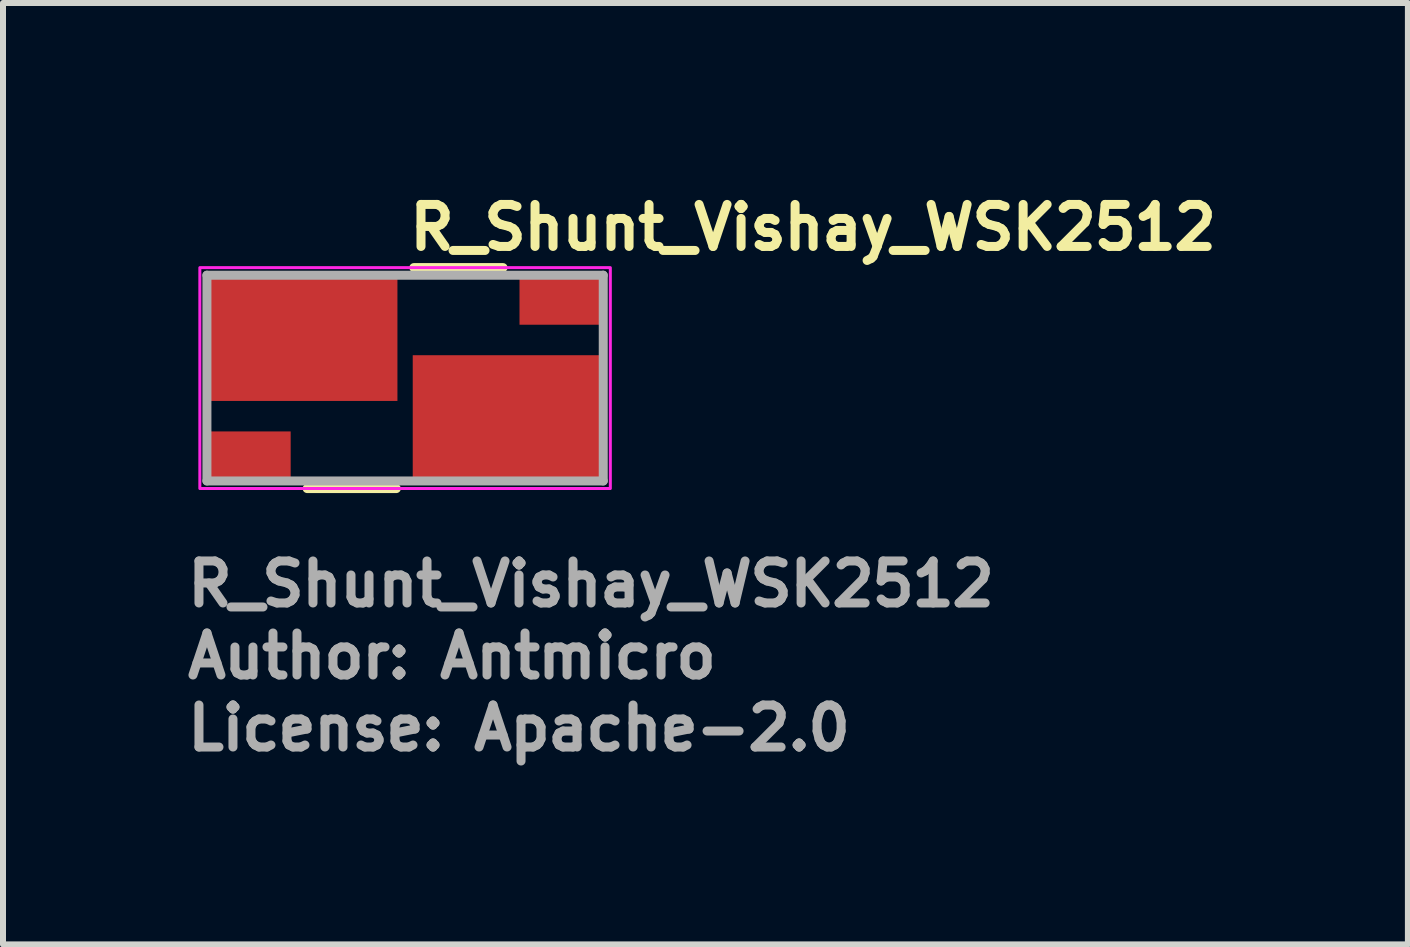
<source format=kicad_pcb>
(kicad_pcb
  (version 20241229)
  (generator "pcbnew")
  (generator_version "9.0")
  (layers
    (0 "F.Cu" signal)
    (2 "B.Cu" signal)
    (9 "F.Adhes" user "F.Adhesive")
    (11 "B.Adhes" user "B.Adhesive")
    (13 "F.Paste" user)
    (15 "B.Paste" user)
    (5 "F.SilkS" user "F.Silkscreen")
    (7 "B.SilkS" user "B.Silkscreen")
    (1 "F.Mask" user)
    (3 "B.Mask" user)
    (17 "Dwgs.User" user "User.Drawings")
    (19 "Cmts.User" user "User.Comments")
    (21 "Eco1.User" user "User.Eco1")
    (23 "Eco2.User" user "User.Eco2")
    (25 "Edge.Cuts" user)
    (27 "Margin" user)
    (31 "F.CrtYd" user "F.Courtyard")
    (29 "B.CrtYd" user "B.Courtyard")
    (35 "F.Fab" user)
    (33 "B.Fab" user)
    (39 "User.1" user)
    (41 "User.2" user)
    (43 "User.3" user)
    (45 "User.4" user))
  (footprint "R_Shunt_Vishay_WSK2512"
    (layer "F.Cu")
    (at 3.7 3.25)
    (property "Reference" "R_Shunt_Vishay_WSK2512" (at 0 -2.1 0) (unlocked yes) (layer "F.SilkS") (effects (font (size 0.7 0.7) (thickness 0.15)) (justify left bottom)))
    (attr smd)
    (fp_line (start -0.146 1.841) (end -1.632 1.841) (stroke (width 0.15) (type solid)) (layer "F.SilkS"))
    (fp_line (start 1.632 -1.841) (end 0.146 -1.841) (stroke (width 0.15) (type solid)) (layer "F.SilkS"))
    (fp_rect (start -3.42 -1.84) (end 3.42 1.84) (stroke (width 0.05) (type solid)) (fill no) (layer "F.CrtYd"))
    (fp_line (start -3.302 1.714) (end -3.302 -1.714) (stroke (width 0.15) (type solid)) (layer "F.Fab"))
    (fp_line (start 3.302 -1.714) (end -3.302 -1.714) (stroke (width 0.15) (type solid)) (layer "F.Fab"))
    (fp_line (start 3.302 1.714) (end -3.302 1.714) (stroke (width 0.15) (type solid)) (layer "F.Fab"))
    (fp_line (start 3.302 1.714) (end 3.302 -1.714) (stroke (width 0.15) (type solid)) (layer "F.Fab"))
    (fp_rect (start -3.175 -1.59) (end 3.175 1.59) (stroke (width 0.1) (type solid)) (fill no) (layer "User.5"))
    (fp_line (start -3.175 -1.59) (end -3.175 0.32) (stroke (width 0.02) (type solid)) (layer "User.9"))
    (fp_line (start -3.175 0.32) (end -2.286 0.32) (stroke (width 0.02) (type solid)) (layer "User.9"))
    (fp_line (start -3.175 0.828) (end -3.175 1.59) (stroke (width 0.02) (type solid)) (layer "User.9"))
    (fp_line (start -3.175 1.59) (end -0.965 1.59) (stroke (width 0.02) (type solid)) (layer "User.9"))
    (fp_line (start -2.286 0.32) (end -2.286 0.828) (stroke (width 0.02) (type solid)) (layer "User.9"))
    (fp_line (start -2.286 0.828) (end -3.175 0.828) (stroke (width 0.02) (type solid)) (layer "User.9"))
    (fp_line (start -0.965 -1.59) (end -3.175 -1.59) (stroke (width 0.02) (type solid)) (layer "User.9"))
    (fp_line (start -0.965 -1.59) (end -0.965 1.59) (stroke (width 0.02) (type solid)) (layer "User.9"))
    (fp_line (start -0.965 -1.59) (end 0.965 -1.59) (stroke (width 0.02) (type solid)) (layer "User.9"))
    (fp_line (start -0.965 1.59) (end -0.965 -1.59) (stroke (width 0.02) (type solid)) (layer "User.9"))
    (fp_line (start -0.965 1.59) (end 0.965 1.59) (stroke (width 0.02) (type solid)) (layer "User.9"))
    (fp_line (start 0.965 -1.59) (end 0.965 1.59) (stroke (width 0.02) (type solid)) (layer "User.9"))
    (fp_line (start 0.965 -1.59) (end 0.965 1.59) (stroke (width 0.02) (type solid)) (layer "User.9"))
    (fp_line (start 0.965 1.59) (end 3.175 1.59) (stroke (width 0.02) (type solid)) (layer "User.9"))
    (fp_line (start 2.286 -0.828) (end 3.175 -0.828) (stroke (width 0.02) (type solid)) (layer "User.9"))
    (fp_line (start 2.286 -0.32) (end 2.286 -0.828) (stroke (width 0.02) (type solid)) (layer "User.9"))
    (fp_line (start 3.175 -1.59) (end 0.965 -1.59) (stroke (width 0.02) (type solid)) (layer "User.9"))
    (fp_line (start 3.175 -0.828) (end 3.175 -1.59) (stroke (width 0.02) (type solid)) (layer "User.9"))
    (fp_line (start 3.175 -0.32) (end 2.286 -0.32) (stroke (width 0.02) (type solid)) (layer "User.9"))
    (fp_line (start 3.175 1.59) (end 3.175 -0.32) (stroke (width 0.02) (type solid)) (layer "User.9"))
    (fp_text user "License: Apache-2.0" (at -3.7 6.241 0) (layer "F.Fab") (effects (font (size 0.7 0.7) (thickness 0.15)) (justify left bottom)))
    (fp_text user "Author: Antmicro" (at -3.7 5.041 0) (layer "F.Fab") (effects (font (size 0.7 0.7) (thickness 0.15)) (justify left bottom)))
    (fp_text user "${REFERENCE}" (at -3.7 3.841 0) (layer "F.Fab") (effects (font (size 0.7 0.7) (thickness 0.15)) (justify left bottom)))
    (pad "I1" smd rect (at -1.715 -0.635) (size 3.175 2.032) (layers "F.Cu" "F.Mask" "F.Paste"))
    (pad "I2" smd rect (at 1.715 0.635) (size 3.175 2.032) (layers "F.Cu" "F.Mask" "F.Paste"))
    (pad "V1" smd rect (at -2.605 1.27) (size 1.397 0.762) (layers "F.Cu" "F.Mask" "F.Paste"))
    (pad "V2" smd rect (at 2.605 -1.27) (size 1.397 0.762) (layers "F.Cu" "F.Mask" "F.Paste")))
  (gr_rect
    (start -3 -3)
    (end 20.41 12.687)
    (stroke (width 0.1) (type default))
    (fill no)
    (layer "Edge.Cuts")))
</source>
